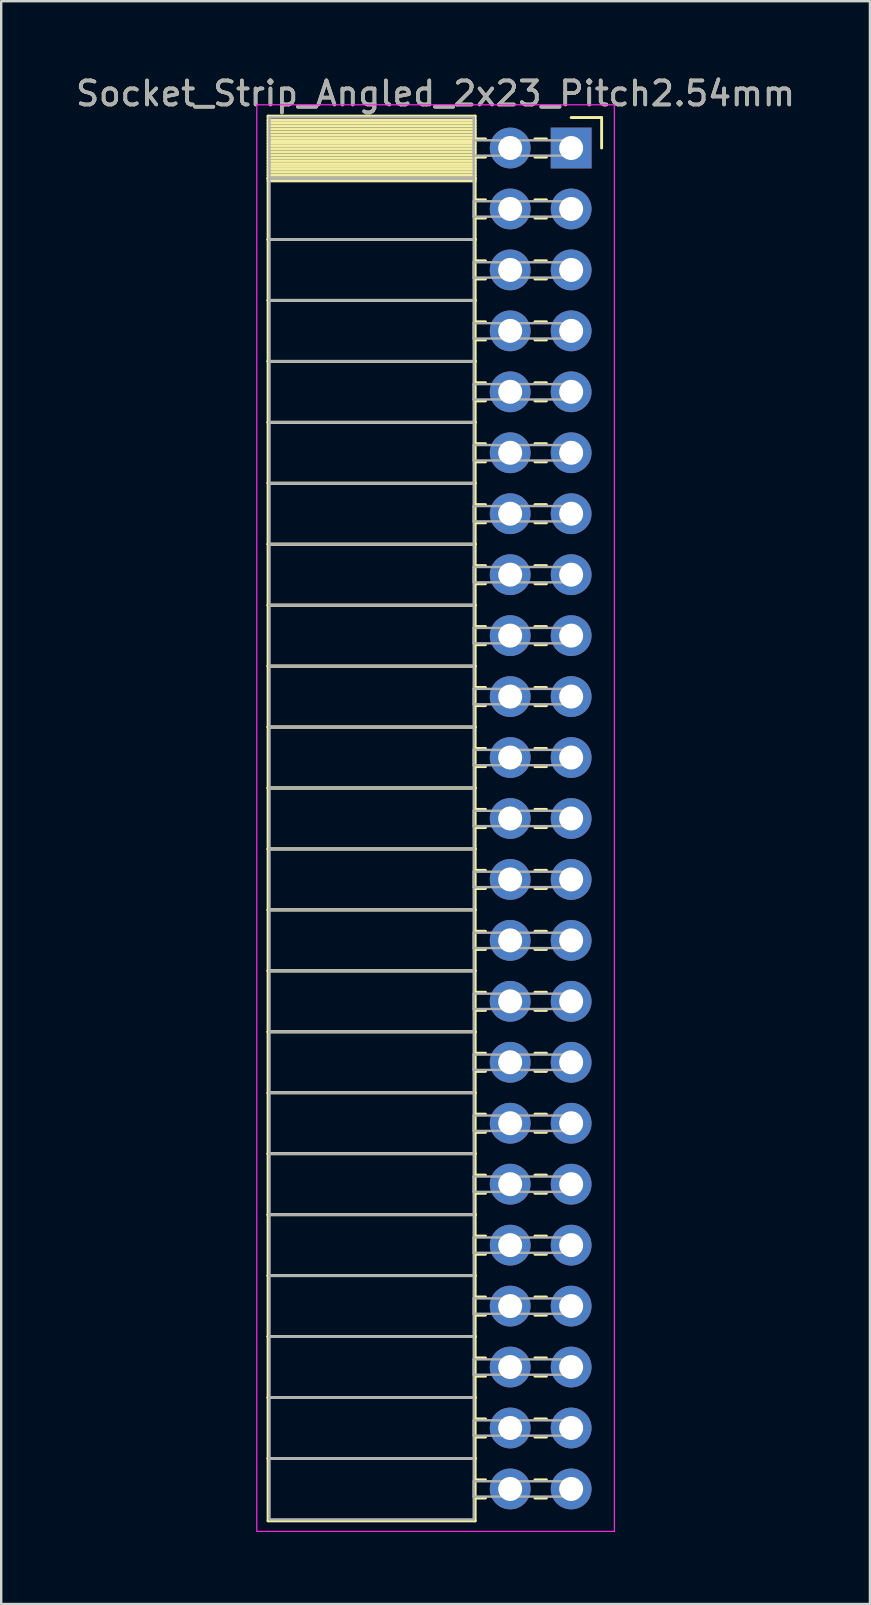
<source format=kicad_pcb>
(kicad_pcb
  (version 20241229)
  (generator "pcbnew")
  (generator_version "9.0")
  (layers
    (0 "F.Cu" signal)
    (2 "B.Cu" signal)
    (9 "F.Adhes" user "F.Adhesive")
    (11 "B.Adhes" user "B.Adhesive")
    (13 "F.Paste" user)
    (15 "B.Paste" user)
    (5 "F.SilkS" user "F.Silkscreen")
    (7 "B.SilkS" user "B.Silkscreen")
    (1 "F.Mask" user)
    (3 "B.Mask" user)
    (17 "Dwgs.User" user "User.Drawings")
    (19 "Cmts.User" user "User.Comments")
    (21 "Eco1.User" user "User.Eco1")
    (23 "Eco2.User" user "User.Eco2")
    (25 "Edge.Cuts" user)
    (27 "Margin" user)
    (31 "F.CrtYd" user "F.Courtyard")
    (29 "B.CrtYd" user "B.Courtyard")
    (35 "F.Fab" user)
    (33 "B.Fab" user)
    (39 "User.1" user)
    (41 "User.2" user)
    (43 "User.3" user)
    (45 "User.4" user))
  (footprint "Socket_Strip_Angled_2x23_Pitch2.54mm"
    (layer "F.Cu")
    (at 20.751 3.118)
    (property "Reference" "Socket_Strip_Angled_2x23_Pitch2.54mm" (at -5.65 -2.27 0) (layer "F.SilkS") (effects (font (size 1 1) (thickness 0.15))))
    (attr through_hole)
    (fp_line (start -12.63 -1.33) (end -4 -1.33) (stroke (width 0.12) (type solid)) (layer "F.SilkS"))
    (fp_line (start -12.63 1.27) (end -12.63 -1.33) (stroke (width 0.12) (type solid)) (layer "F.SilkS"))
    (fp_line (start -12.63 1.27) (end -4 1.27) (stroke (width 0.12) (type solid)) (layer "F.SilkS"))
    (fp_line (start -12.63 3.81) (end -12.63 1.27) (stroke (width 0.12) (type solid)) (layer "F.SilkS"))
    (fp_line (start -12.63 3.81) (end -4 3.81) (stroke (width 0.12) (type solid)) (layer "F.SilkS"))
    (fp_line (start -12.63 6.35) (end -12.63 3.81) (stroke (width 0.12) (type solid)) (layer "F.SilkS"))
    (fp_line (start -12.63 6.35) (end -4 6.35) (stroke (width 0.12) (type solid)) (layer "F.SilkS"))
    (fp_line (start -12.63 8.89) (end -12.63 6.35) (stroke (width 0.12) (type solid)) (layer "F.SilkS"))
    (fp_line (start -12.63 8.89) (end -4 8.89) (stroke (width 0.12) (type solid)) (layer "F.SilkS"))
    (fp_line (start -12.63 11.43) (end -12.63 8.89) (stroke (width 0.12) (type solid)) (layer "F.SilkS"))
    (fp_line (start -12.63 11.43) (end -4 11.43) (stroke (width 0.12) (type solid)) (layer "F.SilkS"))
    (fp_line (start -12.63 13.97) (end -12.63 11.43) (stroke (width 0.12) (type solid)) (layer "F.SilkS"))
    (fp_line (start -12.63 13.97) (end -4 13.97) (stroke (width 0.12) (type solid)) (layer "F.SilkS"))
    (fp_line (start -12.63 16.51) (end -12.63 13.97) (stroke (width 0.12) (type solid)) (layer "F.SilkS"))
    (fp_line (start -12.63 16.51) (end -4 16.51) (stroke (width 0.12) (type solid)) (layer "F.SilkS"))
    (fp_line (start -12.63 19.05) (end -12.63 16.51) (stroke (width 0.12) (type solid)) (layer "F.SilkS"))
    (fp_line (start -12.63 19.05) (end -4 19.05) (stroke (width 0.12) (type solid)) (layer "F.SilkS"))
    (fp_line (start -12.63 21.59) (end -12.63 19.05) (stroke (width 0.12) (type solid)) (layer "F.SilkS"))
    (fp_line (start -12.63 21.59) (end -4 21.59) (stroke (width 0.12) (type solid)) (layer "F.SilkS"))
    (fp_line (start -12.63 24.13) (end -12.63 21.59) (stroke (width 0.12) (type solid)) (layer "F.SilkS"))
    (fp_line (start -12.63 24.13) (end -4 24.13) (stroke (width 0.12) (type solid)) (layer "F.SilkS"))
    (fp_line (start -12.63 26.67) (end -12.63 24.13) (stroke (width 0.12) (type solid)) (layer "F.SilkS"))
    (fp_line (start -12.63 26.67) (end -4 26.67) (stroke (width 0.12) (type solid)) (layer "F.SilkS"))
    (fp_line (start -12.63 29.21) (end -12.63 26.67) (stroke (width 0.12) (type solid)) (layer "F.SilkS"))
    (fp_line (start -12.63 29.21) (end -4 29.21) (stroke (width 0.12) (type solid)) (layer "F.SilkS"))
    (fp_line (start -12.63 31.75) (end -12.63 29.21) (stroke (width 0.12) (type solid)) (layer "F.SilkS"))
    (fp_line (start -12.63 31.75) (end -4 31.75) (stroke (width 0.12) (type solid)) (layer "F.SilkS"))
    (fp_line (start -12.63 34.29) (end -12.63 31.75) (stroke (width 0.12) (type solid)) (layer "F.SilkS"))
    (fp_line (start -12.63 34.29) (end -4 34.29) (stroke (width 0.12) (type solid)) (layer "F.SilkS"))
    (fp_line (start -12.63 36.83) (end -12.63 34.29) (stroke (width 0.12) (type solid)) (layer "F.SilkS"))
    (fp_line (start -12.63 36.83) (end -4 36.83) (stroke (width 0.12) (type solid)) (layer "F.SilkS"))
    (fp_line (start -12.63 39.37) (end -12.63 36.83) (stroke (width 0.12) (type solid)) (layer "F.SilkS"))
    (fp_line (start -12.63 39.37) (end -4 39.37) (stroke (width 0.12) (type solid)) (layer "F.SilkS"))
    (fp_line (start -12.63 41.91) (end -12.63 39.37) (stroke (width 0.12) (type solid)) (layer "F.SilkS"))
    (fp_line (start -12.63 41.91) (end -4 41.91) (stroke (width 0.12) (type solid)) (layer "F.SilkS"))
    (fp_line (start -12.63 44.45) (end -12.63 41.91) (stroke (width 0.12) (type solid)) (layer "F.SilkS"))
    (fp_line (start -12.63 44.45) (end -4 44.45) (stroke (width 0.12) (type solid)) (layer "F.SilkS"))
    (fp_line (start -12.63 46.99) (end -12.63 44.45) (stroke (width 0.12) (type solid)) (layer "F.SilkS"))
    (fp_line (start -12.63 46.99) (end -4 46.99) (stroke (width 0.12) (type solid)) (layer "F.SilkS"))
    (fp_line (start -12.63 49.53) (end -12.63 46.99) (stroke (width 0.12) (type solid)) (layer "F.SilkS"))
    (fp_line (start -12.63 49.53) (end -4 49.53) (stroke (width 0.12) (type solid)) (layer "F.SilkS"))
    (fp_line (start -12.63 52.07) (end -12.63 49.53) (stroke (width 0.12) (type solid)) (layer "F.SilkS"))
    (fp_line (start -12.63 52.07) (end -4 52.07) (stroke (width 0.12) (type solid)) (layer "F.SilkS"))
    (fp_line (start -12.63 54.61) (end -12.63 52.07) (stroke (width 0.12) (type solid)) (layer "F.SilkS"))
    (fp_line (start -12.63 54.61) (end -4 54.61) (stroke (width 0.12) (type solid)) (layer "F.SilkS"))
    (fp_line (start -12.63 57.21) (end -12.63 54.61) (stroke (width 0.12) (type solid)) (layer "F.SilkS"))
    (fp_line (start -4 -1.33) (end -4 1.27) (stroke (width 0.12) (type solid)) (layer "F.SilkS"))
    (fp_line (start -4 -1.15) (end -12.63 -1.15) (stroke (width 0.12) (type solid)) (layer "F.SilkS"))
    (fp_line (start -4 -1.03) (end -12.63 -1.03) (stroke (width 0.12) (type solid)) (layer "F.SilkS"))
    (fp_line (start -4 -0.91) (end -12.63 -0.91) (stroke (width 0.12) (type solid)) (layer "F.SilkS"))
    (fp_line (start -4 -0.79) (end -12.63 -0.79) (stroke (width 0.12) (type solid)) (layer "F.SilkS"))
    (fp_line (start -4 -0.67) (end -12.63 -0.67) (stroke (width 0.12) (type solid)) (layer "F.SilkS"))
    (fp_line (start -4 -0.55) (end -12.63 -0.55) (stroke (width 0.12) (type solid)) (layer "F.SilkS"))
    (fp_line (start -4 -0.43) (end -12.63 -0.43) (stroke (width 0.12) (type solid)) (layer "F.SilkS"))
    (fp_line (start -4 -0.31) (end -12.63 -0.31) (stroke (width 0.12) (type solid)) (layer "F.SilkS"))
    (fp_line (start -4 -0.19) (end -12.63 -0.19) (stroke (width 0.12) (type solid)) (layer "F.SilkS"))
    (fp_line (start -4 -0.07) (end -12.63 -0.07) (stroke (width 0.12) (type solid)) (layer "F.SilkS"))
    (fp_line (start -4 0.05) (end -12.63 0.05) (stroke (width 0.12) (type solid)) (layer "F.SilkS"))
    (fp_line (start -4 0.17) (end -12.63 0.17) (stroke (width 0.12) (type solid)) (layer "F.SilkS"))
    (fp_line (start -4 0.29) (end -12.63 0.29) (stroke (width 0.12) (type solid)) (layer "F.SilkS"))
    (fp_line (start -4 0.41) (end -12.63 0.41) (stroke (width 0.12) (type solid)) (layer "F.SilkS"))
    (fp_line (start -4 0.53) (end -12.63 0.53) (stroke (width 0.12) (type solid)) (layer "F.SilkS"))
    (fp_line (start -4 0.65) (end -12.63 0.65) (stroke (width 0.12) (type solid)) (layer "F.SilkS"))
    (fp_line (start -4 0.77) (end -12.63 0.77) (stroke (width 0.12) (type solid)) (layer "F.SilkS"))
    (fp_line (start -4 0.89) (end -12.63 0.89) (stroke (width 0.12) (type solid)) (layer "F.SilkS"))
    (fp_line (start -4 1.01) (end -12.63 1.01) (stroke (width 0.12) (type solid)) (layer "F.SilkS"))
    (fp_line (start -4 1.13) (end -12.63 1.13) (stroke (width 0.12) (type solid)) (layer "F.SilkS"))
    (fp_line (start -4 1.25) (end -12.63 1.25) (stroke (width 0.12) (type solid)) (layer "F.SilkS"))
    (fp_line (start -4 1.27) (end -12.63 1.27) (stroke (width 0.12) (type solid)) (layer "F.SilkS"))
    (fp_line (start -4 1.27) (end -4 3.81) (stroke (width 0.12) (type solid)) (layer "F.SilkS"))
    (fp_line (start -4 1.37) (end -12.63 1.37) (stroke (width 0.12) (type solid)) (layer "F.SilkS"))
    (fp_line (start -4 3.81) (end -12.63 3.81) (stroke (width 0.12) (type solid)) (layer "F.SilkS"))
    (fp_line (start -4 3.81) (end -4 6.35) (stroke (width 0.12) (type solid)) (layer "F.SilkS"))
    (fp_line (start -4 6.35) (end -12.63 6.35) (stroke (width 0.12) (type solid)) (layer "F.SilkS"))
    (fp_line (start -4 6.35) (end -4 8.89) (stroke (width 0.12) (type solid)) (layer "F.SilkS"))
    (fp_line (start -4 8.89) (end -12.63 8.89) (stroke (width 0.12) (type solid)) (layer "F.SilkS"))
    (fp_line (start -4 8.89) (end -4 11.43) (stroke (width 0.12) (type solid)) (layer "F.SilkS"))
    (fp_line (start -4 11.43) (end -12.63 11.43) (stroke (width 0.12) (type solid)) (layer "F.SilkS"))
    (fp_line (start -4 11.43) (end -4 13.97) (stroke (width 0.12) (type solid)) (layer "F.SilkS"))
    (fp_line (start -4 13.97) (end -12.63 13.97) (stroke (width 0.12) (type solid)) (layer "F.SilkS"))
    (fp_line (start -4 13.97) (end -4 16.51) (stroke (width 0.12) (type solid)) (layer "F.SilkS"))
    (fp_line (start -4 16.51) (end -12.63 16.51) (stroke (width 0.12) (type solid)) (layer "F.SilkS"))
    (fp_line (start -4 16.51) (end -4 19.05) (stroke (width 0.12) (type solid)) (layer "F.SilkS"))
    (fp_line (start -4 19.05) (end -12.63 19.05) (stroke (width 0.12) (type solid)) (layer "F.SilkS"))
    (fp_line (start -4 19.05) (end -4 21.59) (stroke (width 0.12) (type solid)) (layer "F.SilkS"))
    (fp_line (start -4 21.59) (end -12.63 21.59) (stroke (width 0.12) (type solid)) (layer "F.SilkS"))
    (fp_line (start -4 21.59) (end -4 24.13) (stroke (width 0.12) (type solid)) (layer "F.SilkS"))
    (fp_line (start -4 24.13) (end -12.63 24.13) (stroke (width 0.12) (type solid)) (layer "F.SilkS"))
    (fp_line (start -4 24.13) (end -4 26.67) (stroke (width 0.12) (type solid)) (layer "F.SilkS"))
    (fp_line (start -4 26.67) (end -12.63 26.67) (stroke (width 0.12) (type solid)) (layer "F.SilkS"))
    (fp_line (start -4 26.67) (end -4 29.21) (stroke (width 0.12) (type solid)) (layer "F.SilkS"))
    (fp_line (start -4 29.21) (end -12.63 29.21) (stroke (width 0.12) (type solid)) (layer "F.SilkS"))
    (fp_line (start -4 29.21) (end -4 31.75) (stroke (width 0.12) (type solid)) (layer "F.SilkS"))
    (fp_line (start -4 31.75) (end -12.63 31.75) (stroke (width 0.12) (type solid)) (layer "F.SilkS"))
    (fp_line (start -4 31.75) (end -4 34.29) (stroke (width 0.12) (type solid)) (layer "F.SilkS"))
    (fp_line (start -4 34.29) (end -12.63 34.29) (stroke (width 0.12) (type solid)) (layer "F.SilkS"))
    (fp_line (start -4 34.29) (end -4 36.83) (stroke (width 0.12) (type solid)) (layer "F.SilkS"))
    (fp_line (start -4 36.83) (end -12.63 36.83) (stroke (width 0.12) (type solid)) (layer "F.SilkS"))
    (fp_line (start -4 36.83) (end -4 39.37) (stroke (width 0.12) (type solid)) (layer "F.SilkS"))
    (fp_line (start -4 39.37) (end -12.63 39.37) (stroke (width 0.12) (type solid)) (layer "F.SilkS"))
    (fp_line (start -4 39.37) (end -4 41.91) (stroke (width 0.12) (type solid)) (layer "F.SilkS"))
    (fp_line (start -4 41.91) (end -12.63 41.91) (stroke (width 0.12) (type solid)) (layer "F.SilkS"))
    (fp_line (start -4 41.91) (end -4 44.45) (stroke (width 0.12) (type solid)) (layer "F.SilkS"))
    (fp_line (start -4 44.45) (end -12.63 44.45) (stroke (width 0.12) (type solid)) (layer "F.SilkS"))
    (fp_line (start -4 44.45) (end -4 46.99) (stroke (width 0.12) (type solid)) (layer "F.SilkS"))
    (fp_line (start -4 46.99) (end -12.63 46.99) (stroke (width 0.12) (type solid)) (layer "F.SilkS"))
    (fp_line (start -4 46.99) (end -4 49.53) (stroke (width 0.12) (type solid)) (layer "F.SilkS"))
    (fp_line (start -4 49.53) (end -12.63 49.53) (stroke (width 0.12) (type solid)) (layer "F.SilkS"))
    (fp_line (start -4 49.53) (end -4 52.07) (stroke (width 0.12) (type solid)) (layer "F.SilkS"))
    (fp_line (start -4 52.07) (end -12.63 52.07) (stroke (width 0.12) (type solid)) (layer "F.SilkS"))
    (fp_line (start -4 52.07) (end -4 54.61) (stroke (width 0.12) (type solid)) (layer "F.SilkS"))
    (fp_line (start -4 54.61) (end -12.63 54.61) (stroke (width 0.12) (type solid)) (layer "F.SilkS"))
    (fp_line (start -4 54.61) (end -4 57.21) (stroke (width 0.12) (type solid)) (layer "F.SilkS"))
    (fp_line (start -4 57.21) (end -12.63 57.21) (stroke (width 0.12) (type solid)) (layer "F.SilkS"))
    (fp_line (start -3.57 -0.38) (end -4 -0.38) (stroke (width 0.12) (type solid)) (layer "F.SilkS"))
    (fp_line (start -3.57 0.38) (end -4 0.38) (stroke (width 0.12) (type solid)) (layer "F.SilkS"))
    (fp_line (start -3.57 2.16) (end -4 2.16) (stroke (width 0.12) (type solid)) (layer "F.SilkS"))
    (fp_line (start -3.57 2.92) (end -4 2.92) (stroke (width 0.12) (type solid)) (layer "F.SilkS"))
    (fp_line (start -3.57 4.7) (end -4 4.7) (stroke (width 0.12) (type solid)) (layer "F.SilkS"))
    (fp_line (start -3.57 5.46) (end -4 5.46) (stroke (width 0.12) (type solid)) (layer "F.SilkS"))
    (fp_line (start -3.57 7.24) (end -4 7.24) (stroke (width 0.12) (type solid)) (layer "F.SilkS"))
    (fp_line (start -3.57 8) (end -4 8) (stroke (width 0.12) (type solid)) (layer "F.SilkS"))
    (fp_line (start -3.57 9.78) (end -4 9.78) (stroke (width 0.12) (type solid)) (layer "F.SilkS"))
    (fp_line (start -3.57 10.54) (end -4 10.54) (stroke (width 0.12) (type solid)) (layer "F.SilkS"))
    (fp_line (start -3.57 12.32) (end -4 12.32) (stroke (width 0.12) (type solid)) (layer "F.SilkS"))
    (fp_line (start -3.57 13.08) (end -4 13.08) (stroke (width 0.12) (type solid)) (layer "F.SilkS"))
    (fp_line (start -3.57 14.86) (end -4 14.86) (stroke (width 0.12) (type solid)) (layer "F.SilkS"))
    (fp_line (start -3.57 15.62) (end -4 15.62) (stroke (width 0.12) (type solid)) (layer "F.SilkS"))
    (fp_line (start -3.57 17.4) (end -4 17.4) (stroke (width 0.12) (type solid)) (layer "F.SilkS"))
    (fp_line (start -3.57 18.16) (end -4 18.16) (stroke (width 0.12) (type solid)) (layer "F.SilkS"))
    (fp_line (start -3.57 19.94) (end -4 19.94) (stroke (width 0.12) (type solid)) (layer "F.SilkS"))
    (fp_line (start -3.57 20.7) (end -4 20.7) (stroke (width 0.12) (type solid)) (layer "F.SilkS"))
    (fp_line (start -3.57 22.48) (end -4 22.48) (stroke (width 0.12) (type solid)) (layer "F.SilkS"))
    (fp_line (start -3.57 23.24) (end -4 23.24) (stroke (width 0.12) (type solid)) (layer "F.SilkS"))
    (fp_line (start -3.57 25.02) (end -4 25.02) (stroke (width 0.12) (type solid)) (layer "F.SilkS"))
    (fp_line (start -3.57 25.78) (end -4 25.78) (stroke (width 0.12) (type solid)) (layer "F.SilkS"))
    (fp_line (start -3.57 27.56) (end -4 27.56) (stroke (width 0.12) (type solid)) (layer "F.SilkS"))
    (fp_line (start -3.57 28.32) (end -4 28.32) (stroke (width 0.12) (type solid)) (layer "F.SilkS"))
    (fp_line (start -3.57 30.1) (end -4 30.1) (stroke (width 0.12) (type solid)) (layer "F.SilkS"))
    (fp_line (start -3.57 30.86) (end -4 30.86) (stroke (width 0.12) (type solid)) (layer "F.SilkS"))
    (fp_line (start -3.57 32.64) (end -4 32.64) (stroke (width 0.12) (type solid)) (layer "F.SilkS"))
    (fp_line (start -3.57 33.4) (end -4 33.4) (stroke (width 0.12) (type solid)) (layer "F.SilkS"))
    (fp_line (start -3.57 35.18) (end -4 35.18) (stroke (width 0.12) (type solid)) (layer "F.SilkS"))
    (fp_line (start -3.57 35.94) (end -4 35.94) (stroke (width 0.12) (type solid)) (layer "F.SilkS"))
    (fp_line (start -3.57 37.72) (end -4 37.72) (stroke (width 0.12) (type solid)) (layer "F.SilkS"))
    (fp_line (start -3.57 38.48) (end -4 38.48) (stroke (width 0.12) (type solid)) (layer "F.SilkS"))
    (fp_line (start -3.57 40.26) (end -4 40.26) (stroke (width 0.12) (type solid)) (layer "F.SilkS"))
    (fp_line (start -3.57 41.02) (end -4 41.02) (stroke (width 0.12) (type solid)) (layer "F.SilkS"))
    (fp_line (start -3.57 42.8) (end -4 42.8) (stroke (width 0.12) (type solid)) (layer "F.SilkS"))
    (fp_line (start -3.57 43.56) (end -4 43.56) (stroke (width 0.12) (type solid)) (layer "F.SilkS"))
    (fp_line (start -3.57 45.34) (end -4 45.34) (stroke (width 0.12) (type solid)) (layer "F.SilkS"))
    (fp_line (start -3.57 46.1) (end -4 46.1) (stroke (width 0.12) (type solid)) (layer "F.SilkS"))
    (fp_line (start -3.57 47.88) (end -4 47.88) (stroke (width 0.12) (type solid)) (layer "F.SilkS"))
    (fp_line (start -3.57 48.64) (end -4 48.64) (stroke (width 0.12) (type solid)) (layer "F.SilkS"))
    (fp_line (start -3.57 50.42) (end -4 50.42) (stroke (width 0.12) (type solid)) (layer "F.SilkS"))
    (fp_line (start -3.57 51.18) (end -4 51.18) (stroke (width 0.12) (type solid)) (layer "F.SilkS"))
    (fp_line (start -3.57 52.96) (end -4 52.96) (stroke (width 0.12) (type solid)) (layer "F.SilkS"))
    (fp_line (start -3.57 53.72) (end -4 53.72) (stroke (width 0.12) (type solid)) (layer "F.SilkS"))
    (fp_line (start -3.57 55.5) (end -4 55.5) (stroke (width 0.12) (type solid)) (layer "F.SilkS"))
    (fp_line (start -3.57 56.26) (end -4 56.26) (stroke (width 0.12) (type solid)) (layer "F.SilkS"))
    (fp_line (start -1.03 -0.38) (end -1.51 -0.38) (stroke (width 0.12) (type solid)) (layer "F.SilkS"))
    (fp_line (start -1.03 0.38) (end -1.51 0.38) (stroke (width 0.12) (type solid)) (layer "F.SilkS"))
    (fp_line (start -1.03 2.16) (end -1.51 2.16) (stroke (width 0.12) (type solid)) (layer "F.SilkS"))
    (fp_line (start -1.03 2.92) (end -1.51 2.92) (stroke (width 0.12) (type solid)) (layer "F.SilkS"))
    (fp_line (start -1.03 4.7) (end -1.51 4.7) (stroke (width 0.12) (type solid)) (layer "F.SilkS"))
    (fp_line (start -1.03 5.46) (end -1.51 5.46) (stroke (width 0.12) (type solid)) (layer "F.SilkS"))
    (fp_line (start -1.03 7.24) (end -1.51 7.24) (stroke (width 0.12) (type solid)) (layer "F.SilkS"))
    (fp_line (start -1.03 8) (end -1.51 8) (stroke (width 0.12) (type solid)) (layer "F.SilkS"))
    (fp_line (start -1.03 9.78) (end -1.51 9.78) (stroke (width 0.12) (type solid)) (layer "F.SilkS"))
    (fp_line (start -1.03 10.54) (end -1.51 10.54) (stroke (width 0.12) (type solid)) (layer "F.SilkS"))
    (fp_line (start -1.03 12.32) (end -1.51 12.32) (stroke (width 0.12) (type solid)) (layer "F.SilkS"))
    (fp_line (start -1.03 13.08) (end -1.51 13.08) (stroke (width 0.12) (type solid)) (layer "F.SilkS"))
    (fp_line (start -1.03 14.86) (end -1.51 14.86) (stroke (width 0.12) (type solid)) (layer "F.SilkS"))
    (fp_line (start -1.03 15.62) (end -1.51 15.62) (stroke (width 0.12) (type solid)) (layer "F.SilkS"))
    (fp_line (start -1.03 17.4) (end -1.51 17.4) (stroke (width 0.12) (type solid)) (layer "F.SilkS"))
    (fp_line (start -1.03 18.16) (end -1.51 18.16) (stroke (width 0.12) (type solid)) (layer "F.SilkS"))
    (fp_line (start -1.03 19.94) (end -1.51 19.94) (stroke (width 0.12) (type solid)) (layer "F.SilkS"))
    (fp_line (start -1.03 20.7) (end -1.51 20.7) (stroke (width 0.12) (type solid)) (layer "F.SilkS"))
    (fp_line (start -1.03 22.48) (end -1.51 22.48) (stroke (width 0.12) (type solid)) (layer "F.SilkS"))
    (fp_line (start -1.03 23.24) (end -1.51 23.24) (stroke (width 0.12) (type solid)) (layer "F.SilkS"))
    (fp_line (start -1.03 25.02) (end -1.51 25.02) (stroke (width 0.12) (type solid)) (layer "F.SilkS"))
    (fp_line (start -1.03 25.78) (end -1.51 25.78) (stroke (width 0.12) (type solid)) (layer "F.SilkS"))
    (fp_line (start -1.03 27.56) (end -1.51 27.56) (stroke (width 0.12) (type solid)) (layer "F.SilkS"))
    (fp_line (start -1.03 28.32) (end -1.51 28.32) (stroke (width 0.12) (type solid)) (layer "F.SilkS"))
    (fp_line (start -1.03 30.1) (end -1.51 30.1) (stroke (width 0.12) (type solid)) (layer "F.SilkS"))
    (fp_line (start -1.03 30.86) (end -1.51 30.86) (stroke (width 0.12) (type solid)) (layer "F.SilkS"))
    (fp_line (start -1.03 32.64) (end -1.51 32.64) (stroke (width 0.12) (type solid)) (layer "F.SilkS"))
    (fp_line (start -1.03 33.4) (end -1.51 33.4) (stroke (width 0.12) (type solid)) (layer "F.SilkS"))
    (fp_line (start -1.03 35.18) (end -1.51 35.18) (stroke (width 0.12) (type solid)) (layer "F.SilkS"))
    (fp_line (start -1.03 35.94) (end -1.51 35.94) (stroke (width 0.12) (type solid)) (layer "F.SilkS"))
    (fp_line (start -1.03 37.72) (end -1.51 37.72) (stroke (width 0.12) (type solid)) (layer "F.SilkS"))
    (fp_line (start -1.03 38.48) (end -1.51 38.48) (stroke (width 0.12) (type solid)) (layer "F.SilkS"))
    (fp_line (start -1.03 40.26) (end -1.51 40.26) (stroke (width 0.12) (type solid)) (layer "F.SilkS"))
    (fp_line (start -1.03 41.02) (end -1.51 41.02) (stroke (width 0.12) (type solid)) (layer "F.SilkS"))
    (fp_line (start -1.03 42.8) (end -1.51 42.8) (stroke (width 0.12) (type solid)) (layer "F.SilkS"))
    (fp_line (start -1.03 43.56) (end -1.51 43.56) (stroke (width 0.12) (type solid)) (layer "F.SilkS"))
    (fp_line (start -1.03 45.34) (end -1.51 45.34) (stroke (width 0.12) (type solid)) (layer "F.SilkS"))
    (fp_line (start -1.03 46.1) (end -1.51 46.1) (stroke (width 0.12) (type solid)) (layer "F.SilkS"))
    (fp_line (start -1.03 47.88) (end -1.51 47.88) (stroke (width 0.12) (type solid)) (layer "F.SilkS"))
    (fp_line (start -1.03 48.64) (end -1.51 48.64) (stroke (width 0.12) (type solid)) (layer "F.SilkS"))
    (fp_line (start -1.03 50.42) (end -1.51 50.42) (stroke (width 0.12) (type solid)) (layer "F.SilkS"))
    (fp_line (start -1.03 51.18) (end -1.51 51.18) (stroke (width 0.12) (type solid)) (layer "F.SilkS"))
    (fp_line (start -1.03 52.96) (end -1.51 52.96) (stroke (width 0.12) (type solid)) (layer "F.SilkS"))
    (fp_line (start -1.03 53.72) (end -1.51 53.72) (stroke (width 0.12) (type solid)) (layer "F.SilkS"))
    (fp_line (start -1.03 55.5) (end -1.51 55.5) (stroke (width 0.12) (type solid)) (layer "F.SilkS"))
    (fp_line (start -1.03 56.26) (end -1.51 56.26) (stroke (width 0.12) (type solid)) (layer "F.SilkS"))
    (fp_line (start 0 -1.27) (end 1.27 -1.27) (stroke (width 0.12) (type solid)) (layer "F.SilkS"))
    (fp_line (start 1.27 -1.27) (end 1.27 0) (stroke (width 0.12) (type solid)) (layer "F.SilkS"))
    (fp_line (start -13.1 -1.8) (end 1.8 -1.8) (stroke (width 0.05) (type solid)) (layer "F.CrtYd"))
    (fp_line (start -13.1 57.65) (end -13.1 -1.8) (stroke (width 0.05) (type solid)) (layer "F.CrtYd"))
    (fp_line (start 1.8 -1.8) (end 1.8 57.65) (stroke (width 0.05) (type solid)) (layer "F.CrtYd"))
    (fp_line (start 1.8 57.65) (end -13.1 57.65) (stroke (width 0.05) (type solid)) (layer "F.CrtYd"))
    (fp_line (start -12.57 -1.27) (end -4.06 -1.27) (stroke (width 0.1) (type solid)) (layer "F.Fab"))
    (fp_line (start -12.57 1.27) (end -12.57 -1.27) (stroke (width 0.1) (type solid)) (layer "F.Fab"))
    (fp_line (start -12.57 1.27) (end -4.06 1.27) (stroke (width 0.1) (type solid)) (layer "F.Fab"))
    (fp_line (start -12.57 3.81) (end -12.57 1.27) (stroke (width 0.1) (type solid)) (layer "F.Fab"))
    (fp_line (start -12.57 3.81) (end -4.06 3.81) (stroke (width 0.1) (type solid)) (layer "F.Fab"))
    (fp_line (start -12.57 6.35) (end -12.57 3.81) (stroke (width 0.1) (type solid)) (layer "F.Fab"))
    (fp_line (start -12.57 6.35) (end -4.06 6.35) (stroke (width 0.1) (type solid)) (layer "F.Fab"))
    (fp_line (start -12.57 8.89) (end -12.57 6.35) (stroke (width 0.1) (type solid)) (layer "F.Fab"))
    (fp_line (start -12.57 8.89) (end -4.06 8.89) (stroke (width 0.1) (type solid)) (layer "F.Fab"))
    (fp_line (start -12.57 11.43) (end -12.57 8.89) (stroke (width 0.1) (type solid)) (layer "F.Fab"))
    (fp_line (start -12.57 11.43) (end -4.06 11.43) (stroke (width 0.1) (type solid)) (layer "F.Fab"))
    (fp_line (start -12.57 13.97) (end -12.57 11.43) (stroke (width 0.1) (type solid)) (layer "F.Fab"))
    (fp_line (start -12.57 13.97) (end -4.06 13.97) (stroke (width 0.1) (type solid)) (layer "F.Fab"))
    (fp_line (start -12.57 16.51) (end -12.57 13.97) (stroke (width 0.1) (type solid)) (layer "F.Fab"))
    (fp_line (start -12.57 16.51) (end -4.06 16.51) (stroke (width 0.1) (type solid)) (layer "F.Fab"))
    (fp_line (start -12.57 19.05) (end -12.57 16.51) (stroke (width 0.1) (type solid)) (layer "F.Fab"))
    (fp_line (start -12.57 19.05) (end -4.06 19.05) (stroke (width 0.1) (type solid)) (layer "F.Fab"))
    (fp_line (start -12.57 21.59) (end -12.57 19.05) (stroke (width 0.1) (type solid)) (layer "F.Fab"))
    (fp_line (start -12.57 21.59) (end -4.06 21.59) (stroke (width 0.1) (type solid)) (layer "F.Fab"))
    (fp_line (start -12.57 24.13) (end -12.57 21.59) (stroke (width 0.1) (type solid)) (layer "F.Fab"))
    (fp_line (start -12.57 24.13) (end -4.06 24.13) (stroke (width 0.1) (type solid)) (layer "F.Fab"))
    (fp_line (start -12.57 26.67) (end -12.57 24.13) (stroke (width 0.1) (type solid)) (layer "F.Fab"))
    (fp_line (start -12.57 26.67) (end -4.06 26.67) (stroke (width 0.1) (type solid)) (layer "F.Fab"))
    (fp_line (start -12.57 29.21) (end -12.57 26.67) (stroke (width 0.1) (type solid)) (layer "F.Fab"))
    (fp_line (start -12.57 29.21) (end -4.06 29.21) (stroke (width 0.1) (type solid)) (layer "F.Fab"))
    (fp_line (start -12.57 31.75) (end -12.57 29.21) (stroke (width 0.1) (type solid)) (layer "F.Fab"))
    (fp_line (start -12.57 31.75) (end -4.06 31.75) (stroke (width 0.1) (type solid)) (layer "F.Fab"))
    (fp_line (start -12.57 34.29) (end -12.57 31.75) (stroke (width 0.1) (type solid)) (layer "F.Fab"))
    (fp_line (start -12.57 34.29) (end -4.06 34.29) (stroke (width 0.1) (type solid)) (layer "F.Fab"))
    (fp_line (start -12.57 36.83) (end -12.57 34.29) (stroke (width 0.1) (type solid)) (layer "F.Fab"))
    (fp_line (start -12.57 36.83) (end -4.06 36.83) (stroke (width 0.1) (type solid)) (layer "F.Fab"))
    (fp_line (start -12.57 39.37) (end -12.57 36.83) (stroke (width 0.1) (type solid)) (layer "F.Fab"))
    (fp_line (start -12.57 39.37) (end -4.06 39.37) (stroke (width 0.1) (type solid)) (layer "F.Fab"))
    (fp_line (start -12.57 41.91) (end -12.57 39.37) (stroke (width 0.1) (type solid)) (layer "F.Fab"))
    (fp_line (start -12.57 41.91) (end -4.06 41.91) (stroke (width 0.1) (type solid)) (layer "F.Fab"))
    (fp_line (start -12.57 44.45) (end -12.57 41.91) (stroke (width 0.1) (type solid)) (layer "F.Fab"))
    (fp_line (start -12.57 44.45) (end -4.06 44.45) (stroke (width 0.1) (type solid)) (layer "F.Fab"))
    (fp_line (start -12.57 46.99) (end -12.57 44.45) (stroke (width 0.1) (type solid)) (layer "F.Fab"))
    (fp_line (start -12.57 46.99) (end -4.06 46.99) (stroke (width 0.1) (type solid)) (layer "F.Fab"))
    (fp_line (start -12.57 49.53) (end -12.57 46.99) (stroke (width 0.1) (type solid)) (layer "F.Fab"))
    (fp_line (start -12.57 49.53) (end -4.06 49.53) (stroke (width 0.1) (type solid)) (layer "F.Fab"))
    (fp_line (start -12.57 52.07) (end -12.57 49.53) (stroke (width 0.1) (type solid)) (layer "F.Fab"))
    (fp_line (start -12.57 52.07) (end -4.06 52.07) (stroke (width 0.1) (type solid)) (layer "F.Fab"))
    (fp_line (start -12.57 54.61) (end -12.57 52.07) (stroke (width 0.1) (type solid)) (layer "F.Fab"))
    (fp_line (start -12.57 54.61) (end -4.06 54.61) (stroke (width 0.1) (type solid)) (layer "F.Fab"))
    (fp_line (start -12.57 57.15) (end -12.57 54.61) (stroke (width 0.1) (type solid)) (layer "F.Fab"))
    (fp_line (start -4.06 -1.27) (end -4.06 1.27) (stroke (width 0.1) (type solid)) (layer "F.Fab"))
    (fp_line (start -4.06 -0.32) (end 0 -0.32) (stroke (width 0.1) (type solid)) (layer "F.Fab"))
    (fp_line (start -4.06 0.32) (end -4.06 -0.32) (stroke (width 0.1) (type solid)) (layer "F.Fab"))
    (fp_line (start -4.06 1.27) (end -12.57 1.27) (stroke (width 0.1) (type solid)) (layer "F.Fab"))
    (fp_line (start -4.06 1.27) (end -4.06 3.81) (stroke (width 0.1) (type solid)) (layer "F.Fab"))
    (fp_line (start -4.06 2.22) (end 0 2.22) (stroke (width 0.1) (type solid)) (layer "F.Fab"))
    (fp_line (start -4.06 2.86) (end -4.06 2.22) (stroke (width 0.1) (type solid)) (layer "F.Fab"))
    (fp_line (start -4.06 3.81) (end -12.57 3.81) (stroke (width 0.1) (type solid)) (layer "F.Fab"))
    (fp_line (start -4.06 3.81) (end -4.06 6.35) (stroke (width 0.1) (type solid)) (layer "F.Fab"))
    (fp_line (start -4.06 4.76) (end 0 4.76) (stroke (width 0.1) (type solid)) (layer "F.Fab"))
    (fp_line (start -4.06 5.4) (end -4.06 4.76) (stroke (width 0.1) (type solid)) (layer "F.Fab"))
    (fp_line (start -4.06 6.35) (end -12.57 6.35) (stroke (width 0.1) (type solid)) (layer "F.Fab"))
    (fp_line (start -4.06 6.35) (end -4.06 8.89) (stroke (width 0.1) (type solid)) (layer "F.Fab"))
    (fp_line (start -4.06 7.3) (end 0 7.3) (stroke (width 0.1) (type solid)) (layer "F.Fab"))
    (fp_line (start -4.06 7.94) (end -4.06 7.3) (stroke (width 0.1) (type solid)) (layer "F.Fab"))
    (fp_line (start -4.06 8.89) (end -12.57 8.89) (stroke (width 0.1) (type solid)) (layer "F.Fab"))
    (fp_line (start -4.06 8.89) (end -4.06 11.43) (stroke (width 0.1) (type solid)) (layer "F.Fab"))
    (fp_line (start -4.06 9.84) (end 0 9.84) (stroke (width 0.1) (type solid)) (layer "F.Fab"))
    (fp_line (start -4.06 10.48) (end -4.06 9.84) (stroke (width 0.1) (type solid)) (layer "F.Fab"))
    (fp_line (start -4.06 11.43) (end -12.57 11.43) (stroke (width 0.1) (type solid)) (layer "F.Fab"))
    (fp_line (start -4.06 11.43) (end -4.06 13.97) (stroke (width 0.1) (type solid)) (layer "F.Fab"))
    (fp_line (start -4.06 12.38) (end 0 12.38) (stroke (width 0.1) (type solid)) (layer "F.Fab"))
    (fp_line (start -4.06 13.02) (end -4.06 12.38) (stroke (width 0.1) (type solid)) (layer "F.Fab"))
    (fp_line (start -4.06 13.97) (end -12.57 13.97) (stroke (width 0.1) (type solid)) (layer "F.Fab"))
    (fp_line (start -4.06 13.97) (end -4.06 16.51) (stroke (width 0.1) (type solid)) (layer "F.Fab"))
    (fp_line (start -4.06 14.92) (end 0 14.92) (stroke (width 0.1) (type solid)) (layer "F.Fab"))
    (fp_line (start -4.06 15.56) (end -4.06 14.92) (stroke (width 0.1) (type solid)) (layer "F.Fab"))
    (fp_line (start -4.06 16.51) (end -12.57 16.51) (stroke (width 0.1) (type solid)) (layer "F.Fab"))
    (fp_line (start -4.06 16.51) (end -4.06 19.05) (stroke (width 0.1) (type solid)) (layer "F.Fab"))
    (fp_line (start -4.06 17.46) (end 0 17.46) (stroke (width 0.1) (type solid)) (layer "F.Fab"))
    (fp_line (start -4.06 18.1) (end -4.06 17.46) (stroke (width 0.1) (type solid)) (layer "F.Fab"))
    (fp_line (start -4.06 19.05) (end -12.57 19.05) (stroke (width 0.1) (type solid)) (layer "F.Fab"))
    (fp_line (start -4.06 19.05) (end -4.06 21.59) (stroke (width 0.1) (type solid)) (layer "F.Fab"))
    (fp_line (start -4.06 20) (end 0 20) (stroke (width 0.1) (type solid)) (layer "F.Fab"))
    (fp_line (start -4.06 20.64) (end -4.06 20) (stroke (width 0.1) (type solid)) (layer "F.Fab"))
    (fp_line (start -4.06 21.59) (end -12.57 21.59) (stroke (width 0.1) (type solid)) (layer "F.Fab"))
    (fp_line (start -4.06 21.59) (end -4.06 24.13) (stroke (width 0.1) (type solid)) (layer "F.Fab"))
    (fp_line (start -4.06 22.54) (end 0 22.54) (stroke (width 0.1) (type solid)) (layer "F.Fab"))
    (fp_line (start -4.06 23.18) (end -4.06 22.54) (stroke (width 0.1) (type solid)) (layer "F.Fab"))
    (fp_line (start -4.06 24.13) (end -12.57 24.13) (stroke (width 0.1) (type solid)) (layer "F.Fab"))
    (fp_line (start -4.06 24.13) (end -4.06 26.67) (stroke (width 0.1) (type solid)) (layer "F.Fab"))
    (fp_line (start -4.06 25.08) (end 0 25.08) (stroke (width 0.1) (type solid)) (layer "F.Fab"))
    (fp_line (start -4.06 25.72) (end -4.06 25.08) (stroke (width 0.1) (type solid)) (layer "F.Fab"))
    (fp_line (start -4.06 26.67) (end -12.57 26.67) (stroke (width 0.1) (type solid)) (layer "F.Fab"))
    (fp_line (start -4.06 26.67) (end -4.06 29.21) (stroke (width 0.1) (type solid)) (layer "F.Fab"))
    (fp_line (start -4.06 27.62) (end 0 27.62) (stroke (width 0.1) (type solid)) (layer "F.Fab"))
    (fp_line (start -4.06 28.26) (end -4.06 27.62) (stroke (width 0.1) (type solid)) (layer "F.Fab"))
    (fp_line (start -4.06 29.21) (end -12.57 29.21) (stroke (width 0.1) (type solid)) (layer "F.Fab"))
    (fp_line (start -4.06 29.21) (end -4.06 31.75) (stroke (width 0.1) (type solid)) (layer "F.Fab"))
    (fp_line (start -4.06 30.16) (end 0 30.16) (stroke (width 0.1) (type solid)) (layer "F.Fab"))
    (fp_line (start -4.06 30.8) (end -4.06 30.16) (stroke (width 0.1) (type solid)) (layer "F.Fab"))
    (fp_line (start -4.06 31.75) (end -12.57 31.75) (stroke (width 0.1) (type solid)) (layer "F.Fab"))
    (fp_line (start -4.06 31.75) (end -4.06 34.29) (stroke (width 0.1) (type solid)) (layer "F.Fab"))
    (fp_line (start -4.06 32.7) (end 0 32.7) (stroke (width 0.1) (type solid)) (layer "F.Fab"))
    (fp_line (start -4.06 33.34) (end -4.06 32.7) (stroke (width 0.1) (type solid)) (layer "F.Fab"))
    (fp_line (start -4.06 34.29) (end -12.57 34.29) (stroke (width 0.1) (type solid)) (layer "F.Fab"))
    (fp_line (start -4.06 34.29) (end -4.06 36.83) (stroke (width 0.1) (type solid)) (layer "F.Fab"))
    (fp_line (start -4.06 35.24) (end 0 35.24) (stroke (width 0.1) (type solid)) (layer "F.Fab"))
    (fp_line (start -4.06 35.88) (end -4.06 35.24) (stroke (width 0.1) (type solid)) (layer "F.Fab"))
    (fp_line (start -4.06 36.83) (end -12.57 36.83) (stroke (width 0.1) (type solid)) (layer "F.Fab"))
    (fp_line (start -4.06 36.83) (end -4.06 39.37) (stroke (width 0.1) (type solid)) (layer "F.Fab"))
    (fp_line (start -4.06 37.78) (end 0 37.78) (stroke (width 0.1) (type solid)) (layer "F.Fab"))
    (fp_line (start -4.06 38.42) (end -4.06 37.78) (stroke (width 0.1) (type solid)) (layer "F.Fab"))
    (fp_line (start -4.06 39.37) (end -12.57 39.37) (stroke (width 0.1) (type solid)) (layer "F.Fab"))
    (fp_line (start -4.06 39.37) (end -4.06 41.91) (stroke (width 0.1) (type solid)) (layer "F.Fab"))
    (fp_line (start -4.06 40.32) (end 0 40.32) (stroke (width 0.1) (type solid)) (layer "F.Fab"))
    (fp_line (start -4.06 40.96) (end -4.06 40.32) (stroke (width 0.1) (type solid)) (layer "F.Fab"))
    (fp_line (start -4.06 41.91) (end -12.57 41.91) (stroke (width 0.1) (type solid)) (layer "F.Fab"))
    (fp_line (start -4.06 41.91) (end -4.06 44.45) (stroke (width 0.1) (type solid)) (layer "F.Fab"))
    (fp_line (start -4.06 42.86) (end 0 42.86) (stroke (width 0.1) (type solid)) (layer "F.Fab"))
    (fp_line (start -4.06 43.5) (end -4.06 42.86) (stroke (width 0.1) (type solid)) (layer "F.Fab"))
    (fp_line (start -4.06 44.45) (end -12.57 44.45) (stroke (width 0.1) (type solid)) (layer "F.Fab"))
    (fp_line (start -4.06 44.45) (end -4.06 46.99) (stroke (width 0.1) (type solid)) (layer "F.Fab"))
    (fp_line (start -4.06 45.4) (end 0 45.4) (stroke (width 0.1) (type solid)) (layer "F.Fab"))
    (fp_line (start -4.06 46.04) (end -4.06 45.4) (stroke (width 0.1) (type solid)) (layer "F.Fab"))
    (fp_line (start -4.06 46.99) (end -12.57 46.99) (stroke (width 0.1) (type solid)) (layer "F.Fab"))
    (fp_line (start -4.06 46.99) (end -4.06 49.53) (stroke (width 0.1) (type solid)) (layer "F.Fab"))
    (fp_line (start -4.06 47.94) (end 0 47.94) (stroke (width 0.1) (type solid)) (layer "F.Fab"))
    (fp_line (start -4.06 48.58) (end -4.06 47.94) (stroke (width 0.1) (type solid)) (layer "F.Fab"))
    (fp_line (start -4.06 49.53) (end -12.57 49.53) (stroke (width 0.1) (type solid)) (layer "F.Fab"))
    (fp_line (start -4.06 49.53) (end -4.06 52.07) (stroke (width 0.1) (type solid)) (layer "F.Fab"))
    (fp_line (start -4.06 50.48) (end 0 50.48) (stroke (width 0.1) (type solid)) (layer "F.Fab"))
    (fp_line (start -4.06 51.12) (end -4.06 50.48) (stroke (width 0.1) (type solid)) (layer "F.Fab"))
    (fp_line (start -4.06 52.07) (end -12.57 52.07) (stroke (width 0.1) (type solid)) (layer "F.Fab"))
    (fp_line (start -4.06 52.07) (end -4.06 54.61) (stroke (width 0.1) (type solid)) (layer "F.Fab"))
    (fp_line (start -4.06 53.02) (end 0 53.02) (stroke (width 0.1) (type solid)) (layer "F.Fab"))
    (fp_line (start -4.06 53.66) (end -4.06 53.02) (stroke (width 0.1) (type solid)) (layer "F.Fab"))
    (fp_line (start -4.06 54.61) (end -12.57 54.61) (stroke (width 0.1) (type solid)) (layer "F.Fab"))
    (fp_line (start -4.06 54.61) (end -4.06 57.15) (stroke (width 0.1) (type solid)) (layer "F.Fab"))
    (fp_line (start -4.06 55.56) (end 0 55.56) (stroke (width 0.1) (type solid)) (layer "F.Fab"))
    (fp_line (start -4.06 56.2) (end -4.06 55.56) (stroke (width 0.1) (type solid)) (layer "F.Fab"))
    (fp_line (start -4.06 57.15) (end -12.57 57.15) (stroke (width 0.1) (type solid)) (layer "F.Fab"))
    (fp_line (start 0 -0.32) (end 0 0.32) (stroke (width 0.1) (type solid)) (layer "F.Fab"))
    (fp_line (start 0 0.32) (end -4.06 0.32) (stroke (width 0.1) (type solid)) (layer "F.Fab"))
    (fp_line (start 0 2.22) (end 0 2.86) (stroke (width 0.1) (type solid)) (layer "F.Fab"))
    (fp_line (start 0 2.86) (end -4.06 2.86) (stroke (width 0.1) (type solid)) (layer "F.Fab"))
    (fp_line (start 0 4.76) (end 0 5.4) (stroke (width 0.1) (type solid)) (layer "F.Fab"))
    (fp_line (start 0 5.4) (end -4.06 5.4) (stroke (width 0.1) (type solid)) (layer "F.Fab"))
    (fp_line (start 0 7.3) (end 0 7.94) (stroke (width 0.1) (type solid)) (layer "F.Fab"))
    (fp_line (start 0 7.94) (end -4.06 7.94) (stroke (width 0.1) (type solid)) (layer "F.Fab"))
    (fp_line (start 0 9.84) (end 0 10.48) (stroke (width 0.1) (type solid)) (layer "F.Fab"))
    (fp_line (start 0 10.48) (end -4.06 10.48) (stroke (width 0.1) (type solid)) (layer "F.Fab"))
    (fp_line (start 0 12.38) (end 0 13.02) (stroke (width 0.1) (type solid)) (layer "F.Fab"))
    (fp_line (start 0 13.02) (end -4.06 13.02) (stroke (width 0.1) (type solid)) (layer "F.Fab"))
    (fp_line (start 0 14.92) (end 0 15.56) (stroke (width 0.1) (type solid)) (layer "F.Fab"))
    (fp_line (start 0 15.56) (end -4.06 15.56) (stroke (width 0.1) (type solid)) (layer "F.Fab"))
    (fp_line (start 0 17.46) (end 0 18.1) (stroke (width 0.1) (type solid)) (layer "F.Fab"))
    (fp_line (start 0 18.1) (end -4.06 18.1) (stroke (width 0.1) (type solid)) (layer "F.Fab"))
    (fp_line (start 0 20) (end 0 20.64) (stroke (width 0.1) (type solid)) (layer "F.Fab"))
    (fp_line (start 0 20.64) (end -4.06 20.64) (stroke (width 0.1) (type solid)) (layer "F.Fab"))
    (fp_line (start 0 22.54) (end 0 23.18) (stroke (width 0.1) (type solid)) (layer "F.Fab"))
    (fp_line (start 0 23.18) (end -4.06 23.18) (stroke (width 0.1) (type solid)) (layer "F.Fab"))
    (fp_line (start 0 25.08) (end 0 25.72) (stroke (width 0.1) (type solid)) (layer "F.Fab"))
    (fp_line (start 0 25.72) (end -4.06 25.72) (stroke (width 0.1) (type solid)) (layer "F.Fab"))
    (fp_line (start 0 27.62) (end 0 28.26) (stroke (width 0.1) (type solid)) (layer "F.Fab"))
    (fp_line (start 0 28.26) (end -4.06 28.26) (stroke (width 0.1) (type solid)) (layer "F.Fab"))
    (fp_line (start 0 30.16) (end 0 30.8) (stroke (width 0.1) (type solid)) (layer "F.Fab"))
    (fp_line (start 0 30.8) (end -4.06 30.8) (stroke (width 0.1) (type solid)) (layer "F.Fab"))
    (fp_line (start 0 32.7) (end 0 33.34) (stroke (width 0.1) (type solid)) (layer "F.Fab"))
    (fp_line (start 0 33.34) (end -4.06 33.34) (stroke (width 0.1) (type solid)) (layer "F.Fab"))
    (fp_line (start 0 35.24) (end 0 35.88) (stroke (width 0.1) (type solid)) (layer "F.Fab"))
    (fp_line (start 0 35.88) (end -4.06 35.88) (stroke (width 0.1) (type solid)) (layer "F.Fab"))
    (fp_line (start 0 37.78) (end 0 38.42) (stroke (width 0.1) (type solid)) (layer "F.Fab"))
    (fp_line (start 0 38.42) (end -4.06 38.42) (stroke (width 0.1) (type solid)) (layer "F.Fab"))
    (fp_line (start 0 40.32) (end 0 40.96) (stroke (width 0.1) (type solid)) (layer "F.Fab"))
    (fp_line (start 0 40.96) (end -4.06 40.96) (stroke (width 0.1) (type solid)) (layer "F.Fab"))
    (fp_line (start 0 42.86) (end 0 43.5) (stroke (width 0.1) (type solid)) (layer "F.Fab"))
    (fp_line (start 0 43.5) (end -4.06 43.5) (stroke (width 0.1) (type solid)) (layer "F.Fab"))
    (fp_line (start 0 45.4) (end 0 46.04) (stroke (width 0.1) (type solid)) (layer "F.Fab"))
    (fp_line (start 0 46.04) (end -4.06 46.04) (stroke (width 0.1) (type solid)) (layer "F.Fab"))
    (fp_line (start 0 47.94) (end 0 48.58) (stroke (width 0.1) (type solid)) (layer "F.Fab"))
    (fp_line (start 0 48.58) (end -4.06 48.58) (stroke (width 0.1) (type solid)) (layer "F.Fab"))
    (fp_line (start 0 50.48) (end 0 51.12) (stroke (width 0.1) (type solid)) (layer "F.Fab"))
    (fp_line (start 0 51.12) (end -4.06 51.12) (stroke (width 0.1) (type solid)) (layer "F.Fab"))
    (fp_line (start 0 53.02) (end 0 53.66) (stroke (width 0.1) (type solid)) (layer "F.Fab"))
    (fp_line (start 0 53.66) (end -4.06 53.66) (stroke (width 0.1) (type solid)) (layer "F.Fab"))
    (fp_line (start 0 55.56) (end 0 56.2) (stroke (width 0.1) (type solid)) (layer "F.Fab"))
    (fp_line (start 0 56.2) (end -4.06 56.2) (stroke (width 0.1) (type solid)) (layer "F.Fab"))
    (fp_text user "${REFERENCE}" (at -5.65 -2.27 0) (layer "F.Fab") (effects (font (size 1 1) (thickness 0.15))))
    (pad "1" thru_hole rect (at 0 0) (size 1.7 1.7) (drill 1) (layers "*.Cu" "*.Mask"))
    (pad "2" thru_hole oval (at -2.54 0) (size 1.7 1.7) (drill 1) (layers "*.Cu" "*.Mask"))
    (pad "3" thru_hole oval (at 0 2.54) (size 1.7 1.7) (drill 1) (layers "*.Cu" "*.Mask"))
    (pad "4" thru_hole oval (at -2.54 2.54) (size 1.7 1.7) (drill 1) (layers "*.Cu" "*.Mask"))
    (pad "5" thru_hole oval (at 0 5.08) (size 1.7 1.7) (drill 1) (layers "*.Cu" "*.Mask"))
    (pad "6" thru_hole oval (at -2.54 5.08) (size 1.7 1.7) (drill 1) (layers "*.Cu" "*.Mask"))
    (pad "7" thru_hole oval (at 0 7.62) (size 1.7 1.7) (drill 1) (layers "*.Cu" "*.Mask"))
    (pad "8" thru_hole oval (at -2.54 7.62) (size 1.7 1.7) (drill 1) (layers "*.Cu" "*.Mask"))
    (pad "9" thru_hole oval (at 0 10.16) (size 1.7 1.7) (drill 1) (layers "*.Cu" "*.Mask"))
    (pad "10" thru_hole oval (at -2.54 10.16) (size 1.7 1.7) (drill 1) (layers "*.Cu" "*.Mask"))
    (pad "11" thru_hole oval (at 0 12.7) (size 1.7 1.7) (drill 1) (layers "*.Cu" "*.Mask"))
    (pad "12" thru_hole oval (at -2.54 12.7) (size 1.7 1.7) (drill 1) (layers "*.Cu" "*.Mask"))
    (pad "13" thru_hole oval (at 0 15.24) (size 1.7 1.7) (drill 1) (layers "*.Cu" "*.Mask"))
    (pad "14" thru_hole oval (at -2.54 15.24) (size 1.7 1.7) (drill 1) (layers "*.Cu" "*.Mask"))
    (pad "15" thru_hole oval (at 0 17.78) (size 1.7 1.7) (drill 1) (layers "*.Cu" "*.Mask"))
    (pad "16" thru_hole oval (at -2.54 17.78) (size 1.7 1.7) (drill 1) (layers "*.Cu" "*.Mask"))
    (pad "17" thru_hole oval (at 0 20.32) (size 1.7 1.7) (drill 1) (layers "*.Cu" "*.Mask"))
    (pad "18" thru_hole oval (at -2.54 20.32) (size 1.7 1.7) (drill 1) (layers "*.Cu" "*.Mask"))
    (pad "19" thru_hole oval (at 0 22.86) (size 1.7 1.7) (drill 1) (layers "*.Cu" "*.Mask"))
    (pad "20" thru_hole oval (at -2.54 22.86) (size 1.7 1.7) (drill 1) (layers "*.Cu" "*.Mask"))
    (pad "21" thru_hole oval (at 0 25.4) (size 1.7 1.7) (drill 1) (layers "*.Cu" "*.Mask"))
    (pad "22" thru_hole oval (at -2.54 25.4) (size 1.7 1.7) (drill 1) (layers "*.Cu" "*.Mask"))
    (pad "23" thru_hole oval (at 0 27.94) (size 1.7 1.7) (drill 1) (layers "*.Cu" "*.Mask"))
    (pad "24" thru_hole oval (at -2.54 27.94) (size 1.7 1.7) (drill 1) (layers "*.Cu" "*.Mask"))
    (pad "25" thru_hole oval (at 0 30.48) (size 1.7 1.7) (drill 1) (layers "*.Cu" "*.Mask"))
    (pad "26" thru_hole oval (at -2.54 30.48) (size 1.7 1.7) (drill 1) (layers "*.Cu" "*.Mask"))
    (pad "27" thru_hole oval (at 0 33.02) (size 1.7 1.7) (drill 1) (layers "*.Cu" "*.Mask"))
    (pad "28" thru_hole oval (at -2.54 33.02) (size 1.7 1.7) (drill 1) (layers "*.Cu" "*.Mask"))
    (pad "29" thru_hole oval (at 0 35.56) (size 1.7 1.7) (drill 1) (layers "*.Cu" "*.Mask"))
    (pad "30" thru_hole oval (at -2.54 35.56) (size 1.7 1.7) (drill 1) (layers "*.Cu" "*.Mask"))
    (pad "31" thru_hole oval (at 0 38.1) (size 1.7 1.7) (drill 1) (layers "*.Cu" "*.Mask"))
    (pad "32" thru_hole oval (at -2.54 38.1) (size 1.7 1.7) (drill 1) (layers "*.Cu" "*.Mask"))
    (pad "33" thru_hole oval (at 0 40.64) (size 1.7 1.7) (drill 1) (layers "*.Cu" "*.Mask"))
    (pad "34" thru_hole oval (at -2.54 40.64) (size 1.7 1.7) (drill 1) (layers "*.Cu" "*.Mask"))
    (pad "35" thru_hole oval (at 0 43.18) (size 1.7 1.7) (drill 1) (layers "*.Cu" "*.Mask"))
    (pad "36" thru_hole oval (at -2.54 43.18) (size 1.7 1.7) (drill 1) (layers "*.Cu" "*.Mask"))
    (pad "37" thru_hole oval (at 0 45.72) (size 1.7 1.7) (drill 1) (layers "*.Cu" "*.Mask"))
    (pad "38" thru_hole oval (at -2.54 45.72) (size 1.7 1.7) (drill 1) (layers "*.Cu" "*.Mask"))
    (pad "39" thru_hole oval (at 0 48.26) (size 1.7 1.7) (drill 1) (layers "*.Cu" "*.Mask"))
    (pad "40" thru_hole oval (at -2.54 48.26) (size 1.7 1.7) (drill 1) (layers "*.Cu" "*.Mask"))
    (pad "41" thru_hole oval (at 0 50.8) (size 1.7 1.7) (drill 1) (layers "*.Cu" "*.Mask"))
    (pad "42" thru_hole oval (at -2.54 50.8) (size 1.7 1.7) (drill 1) (layers "*.Cu" "*.Mask"))
    (pad "43" thru_hole oval (at 0 53.34) (size 1.7 1.7) (drill 1) (layers "*.Cu" "*.Mask"))
    (pad "44" thru_hole oval (at -2.54 53.34) (size 1.7 1.7) (drill 1) (layers "*.Cu" "*.Mask"))
    (pad "45" thru_hole oval (at 0 55.88) (size 1.7 1.7) (drill 1) (layers "*.Cu" "*.Mask"))
    (pad "46" thru_hole oval (at -2.54 55.88) (size 1.7 1.7) (drill 1) (layers "*.Cu" "*.Mask")))
  (gr_rect
    (start -3 -3)
    (end 33.202 63.793)
    (stroke (width 0.1) (type default))
    (fill no)
    (layer "Edge.Cuts")))
</source>
